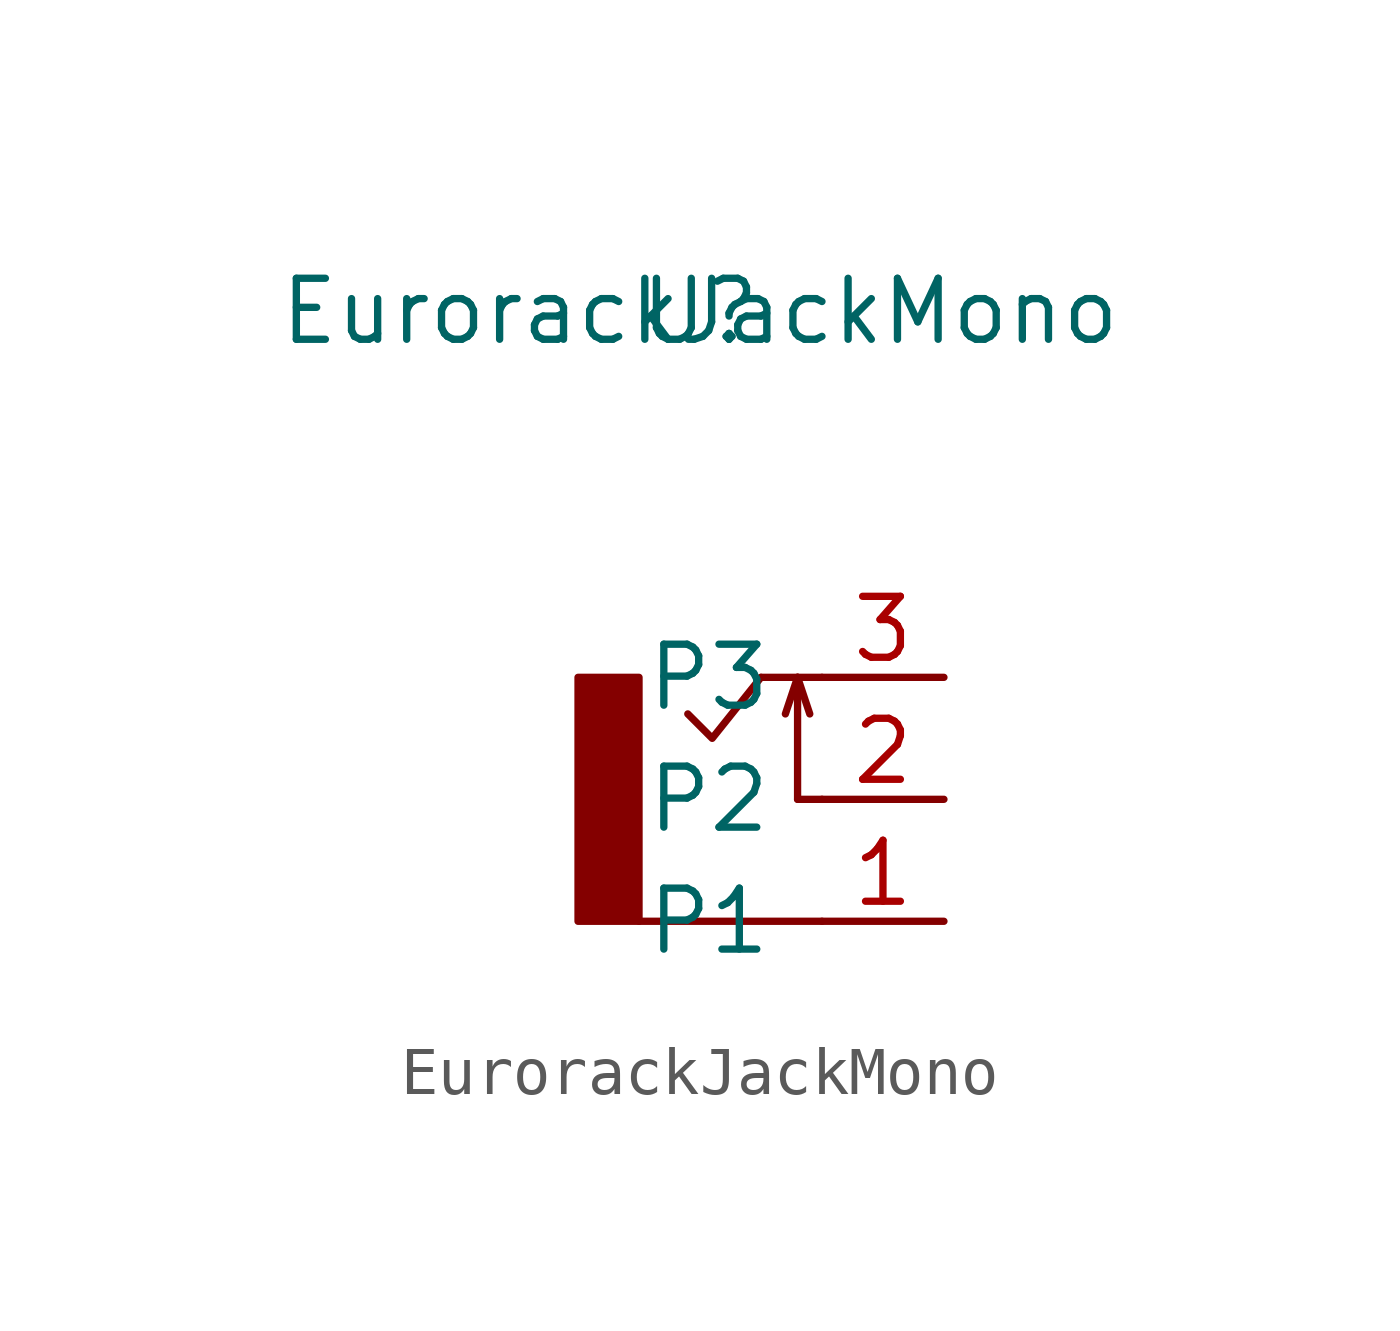
<source format=kicad_sym>
(kicad_symbol_lib
  (version 20211014)
  (generator kicad_symbol_editor)
  (symbol "EurorackJackMono"
    (pin_names
      (offset 1.016))
    (property "Reference" "U"
      (at -1.27 10.16 0)
      (effects (font (size 1.27 1.27))))
    (property "Value" "EurorackJackMono"
      (at -1.27 10.16 0)
      (effects (font (size 1.27 1.27))))
    (symbol "EurorackJackMono_0_1"
      (polyline (pts (xy -2.54 -2.54) (xy 1.27 -2.54)) (stroke (width 0) (type default) (color 0 0 0 0)) (fill (type none)))
      (polyline (pts (xy 0 2.54) (xy 1.27 2.54)) (stroke (width 0) (type default) (color 0 0 0 0)) (fill (type none)))
      (polyline (pts (xy 0.762 0) (xy 1.27 0)) (stroke (width 0) (type default) (color 0 0 0 0)) (fill (type none)))
      (polyline (pts (xy 0.762 2.54) (xy 0.508 1.778)) (stroke (width 0) (type default) (color 0 0 0 0)) (fill (type none)))
      (polyline (pts (xy 0.762 2.54) (xy 0.762 0)) (stroke (width 0) (type default) (color 0 0 0 0)) (fill (type none)))
      (polyline (pts (xy 0.762 2.54) (xy 1.016 1.778)) (stroke (width 0) (type default) (color 0 0 0 0)) (fill (type none)))
      (polyline (pts (xy -1.524 1.778) (xy -1.016 1.27) (xy 0 2.54)) (stroke (width 0) (type default) (color 0 0 0 0)) (fill (type none)))
      (polyline (pts (xy -3.81 2.54) (xy -3.81 -2.54) (xy -2.54 -2.54) (xy -2.54 2.54) (xy -3.81 2.54)) (stroke (width 0) (type default) (color 0 0 0 0)) (fill (type outline))))
    (symbol "EurorackJackMono_1_1"
      (pin passive line (at 3.81 -2.54 180) (length 2.54) (name "P1" (effects (font (size 1.27 1.27)))) (number "1" (effects (font (size 1.27 1.27)))))
      (pin passive line (at 3.81 0 180) (length 2.54) (name "P2" (effects (font (size 1.27 1.27)))) (number "2" (effects (font (size 1.27 1.27)))))
      (pin passive line (at 3.81 2.54 180) (length 2.54) (name "P3" (effects (font (size 1.27 1.27)))) (number "3" (effects (font (size 1.27 1.27))))))))
</source>
